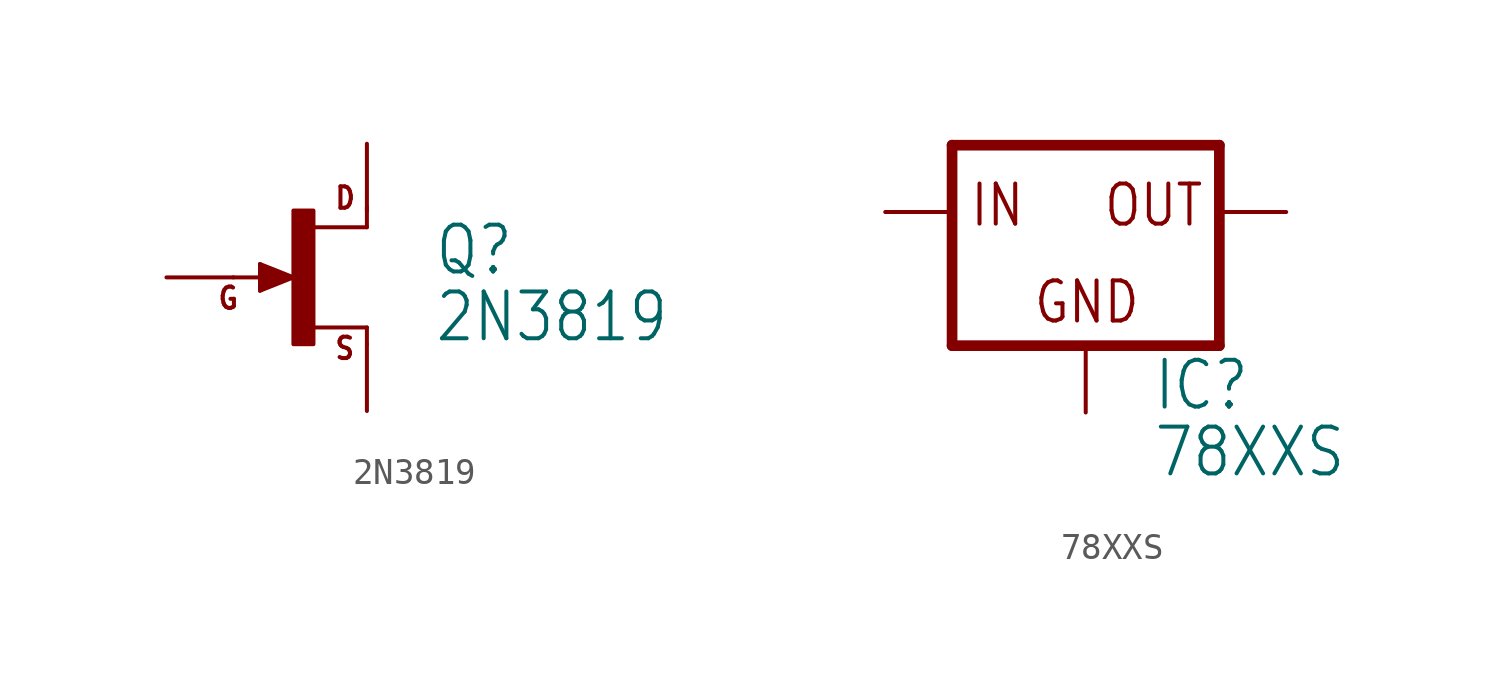
<source format=kicad_sym>
(kicad_symbol_lib
  (version 20211014)
  (generator kicad_symbol_editor)
  (symbol "2N3819"
    (property "Reference" "Q"
      (at 5.08 0 0)
      (effects (font (size 1.778 1.511)) (justify left bottom)))
    (property "Value" "2N3819"
      (at 5.08 -2.54 0)
      (effects (font (size 1.778 1.511)) (justify left bottom)))
    (property "ki_locked" ""
      (at 0 0 0)
      (effects (font (size 1.27 1.27))))
    (symbol "2N3819_1_0"
      (rectangle (start -0.254 -2.54) (end 0.508 2.54) (stroke (width 0) (type default) (color 0 0 0 0)) (fill (type outline)))
      (polyline (pts (xy -2.54 0) (xy -0.762 0)) (stroke (width 0.152) (type default) (color 0 0 0 0)) (fill (type none)))
      (polyline (pts (xy -1.524 -0.508) (xy -0.254 0)) (stroke (width 0.152) (type default) (color 0 0 0 0)) (fill (type none)))
      (polyline (pts (xy -1.524 0.508) (xy -1.524 -0.508)) (stroke (width 0.152) (type default) (color 0 0 0 0)) (fill (type none)))
      (polyline (pts (xy -1.397 -0.254) (xy -0.762 0)) (stroke (width 0.305) (type default) (color 0 0 0 0)) (fill (type none)))
      (polyline (pts (xy -1.397 0.254) (xy -1.397 -0.254)) (stroke (width 0.305) (type default) (color 0 0 0 0)) (fill (type none)))
      (polyline (pts (xy -0.762 0) (xy -0.635 0)) (stroke (width 0.152) (type default) (color 0 0 0 0)) (fill (type none)))
      (polyline (pts (xy -0.635 0) (xy -1.397 0.254)) (stroke (width 0.305) (type default) (color 0 0 0 0)) (fill (type none)))
      (polyline (pts (xy -0.635 0) (xy -0.254 0)) (stroke (width 0.152) (type default) (color 0 0 0 0)) (fill (type none)))
      (polyline (pts (xy -0.254 0) (xy -1.524 0.508)) (stroke (width 0.152) (type default) (color 0 0 0 0)) (fill (type none)))
      (polyline (pts (xy 2.54 -2.54) (xy 2.54 -1.905)) (stroke (width 0.152) (type default) (color 0 0 0 0)) (fill (type none)))
      (polyline (pts (xy 2.54 -1.905) (xy 0.533 -1.905)) (stroke (width 0.152) (type default) (color 0 0 0 0)) (fill (type none)))
      (polyline (pts (xy 2.54 1.905) (xy 0.508 1.905)) (stroke (width 0.152) (type default) (color 0 0 0 0)) (fill (type none)))
      (polyline (pts (xy 2.54 2.667) (xy 2.54 1.905)) (stroke (width 0.152) (type default) (color 0 0 0 0)) (fill (type none)))
      (text "D" (at 1.27 2.54 0) (effects (font (size 0.813 0.691)) (justify left bottom)))
      (text "G" (at -3.175 -1.27 0) (effects (font (size 0.813 0.691)) (justify left bottom)))
      (text "S" (at 1.27 -3.175 0) (effects (font (size 0.813 0.691)) (justify left bottom)))
      (pin passive line (at 2.54 5.08 270) (length 2.54) (name "D" (effects (font (size 0 0)))) (number "D" (effects (font (size 0 0)))))
      (pin passive line (at -5.08 0 0) (length 2.54) (name "G" (effects (font (size 0 0)))) (number "G" (effects (font (size 0 0)))))
      (pin passive line (at 2.54 -5.08 90) (length 2.54) (name "S" (effects (font (size 0 0)))) (number "S" (effects (font (size 0 0)))))))
  (symbol "78XXS"
    (property "Reference" "IC"
      (at 2.54 -7.62 0)
      (effects (font (size 1.778 1.511)) (justify left bottom)))
    (property "Value" "78XXS"
      (at 2.54 -10.16 0)
      (effects (font (size 1.778 1.511)) (justify left bottom)))
    (property "ki_locked" ""
      (at 0 0 0)
      (effects (font (size 1.27 1.27))))
    (symbol "78XXS_1_0"
      (polyline (pts (xy -5.08 -5.08) (xy 5.08 -5.08)) (stroke (width 0.406) (type default) (color 0 0 0 0)) (fill (type none)))
      (polyline (pts (xy -5.08 2.54) (xy -5.08 -5.08)) (stroke (width 0.406) (type default) (color 0 0 0 0)) (fill (type none)))
      (polyline (pts (xy 5.08 -5.08) (xy 5.08 2.54)) (stroke (width 0.406) (type default) (color 0 0 0 0)) (fill (type none)))
      (polyline (pts (xy 5.08 2.54) (xy -5.08 2.54)) (stroke (width 0.406) (type default) (color 0 0 0 0)) (fill (type none)))
      (text "GND" (at -2.032 -4.318 0) (effects (font (size 1.524 1.295)) (justify left bottom)))
      (text "IN" (at -4.445 -0.635 0) (effects (font (size 1.524 1.295)) (justify left bottom)))
      (text "OUT" (at 0.635 -0.635 0) (effects (font (size 1.524 1.295)) (justify left bottom)))
      (pin input line (at 0 -7.62 90) (length 2.54) (name "GND" (effects (font (size 0 0)))) (number "GND" (effects (font (size 0 0)))))
      (pin input line (at -7.62 0 0) (length 2.54) (name "IN" (effects (font (size 0 0)))) (number "IN" (effects (font (size 0 0)))))
      (pin passive line (at 7.62 0 180) (length 2.54) (name "OUT" (effects (font (size 0 0)))) (number "OUT" (effects (font (size 0 0))))))))
</source>
